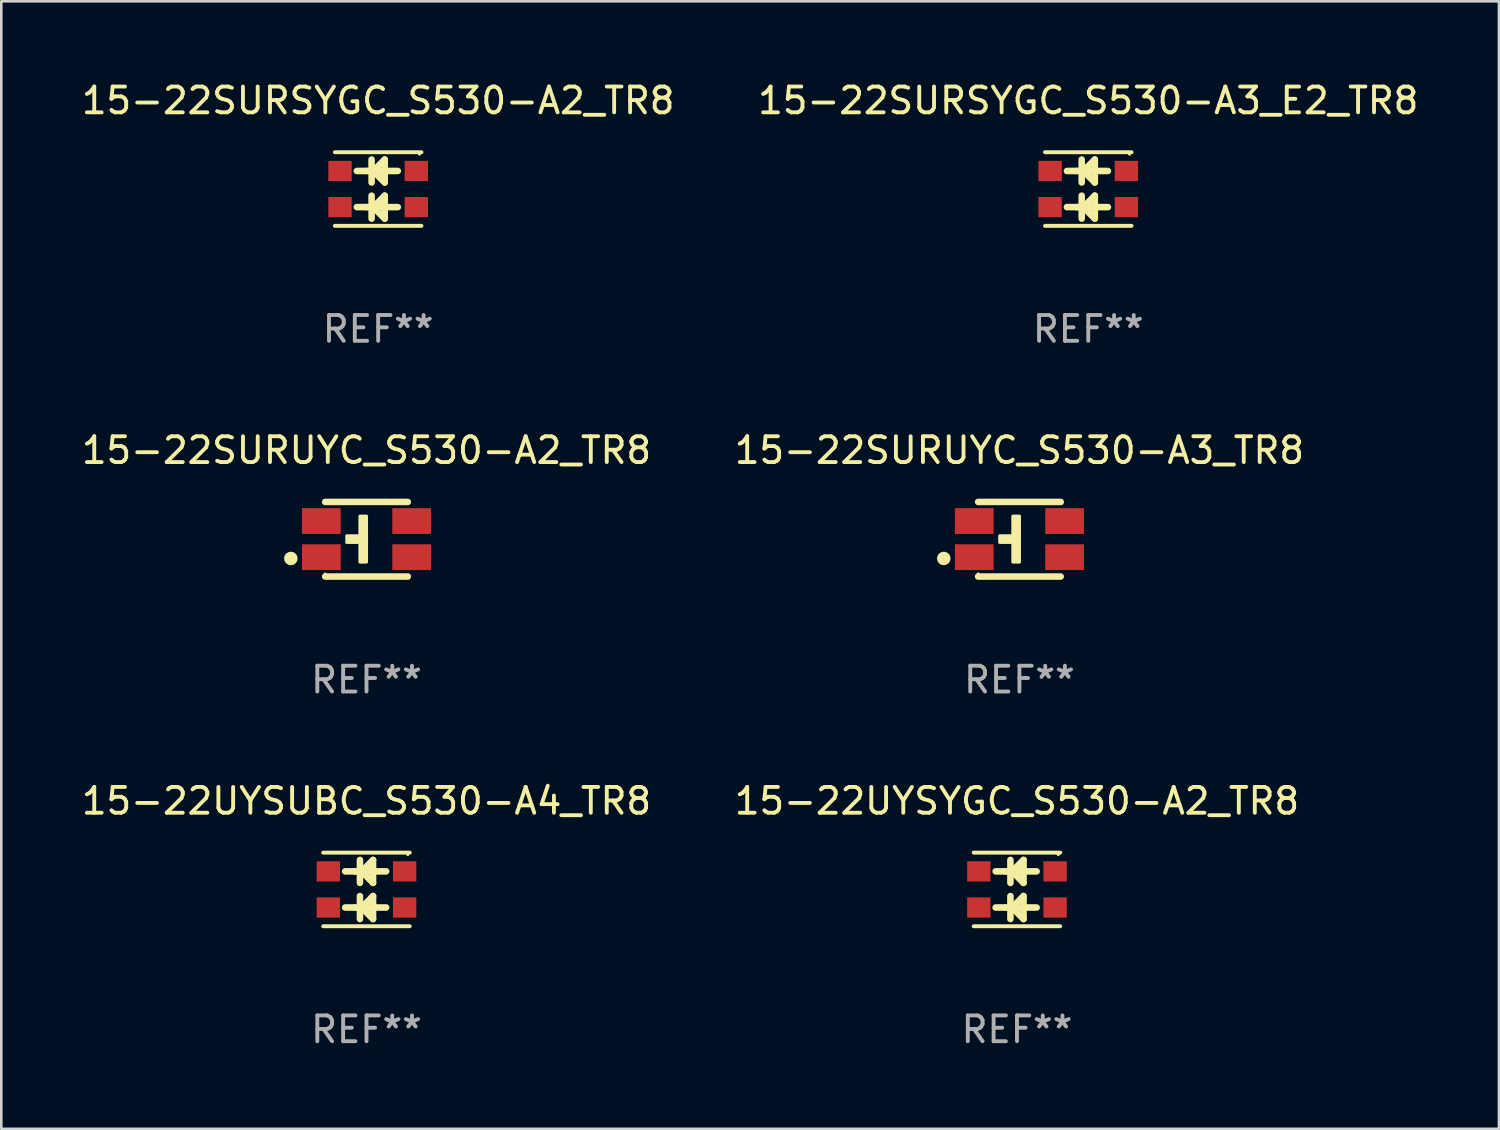
<source format=kicad_pcb>
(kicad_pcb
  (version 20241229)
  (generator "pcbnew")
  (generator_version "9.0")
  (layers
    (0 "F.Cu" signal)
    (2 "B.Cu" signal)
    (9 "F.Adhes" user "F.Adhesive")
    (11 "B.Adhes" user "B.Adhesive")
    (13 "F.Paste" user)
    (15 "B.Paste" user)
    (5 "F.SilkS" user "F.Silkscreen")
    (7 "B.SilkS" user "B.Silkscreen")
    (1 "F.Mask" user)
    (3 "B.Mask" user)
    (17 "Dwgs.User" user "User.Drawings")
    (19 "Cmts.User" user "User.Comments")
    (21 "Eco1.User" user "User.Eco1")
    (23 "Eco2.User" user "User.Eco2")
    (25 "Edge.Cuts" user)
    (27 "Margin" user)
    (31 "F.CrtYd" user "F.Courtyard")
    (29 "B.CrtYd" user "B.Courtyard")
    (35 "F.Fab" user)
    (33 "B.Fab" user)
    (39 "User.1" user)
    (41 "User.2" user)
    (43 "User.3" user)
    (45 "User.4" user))
  (footprint "15-22UYSUBC_S530-A4_TR8"
    (layer "F.Cu")
    (at 11.149 31.41)
    (property "Reference" "15-22UYSUBC_S530-A4_TR8" (at 0 -3.426 0) (layer "F.SilkS") (effects (font (size 1 1) (thickness 0.15))))
    (attr through_hole)
    (fp_line (start -1.676 -1.426) (end 1.676 -1.426) (stroke (width 0.152) (type solid)) (layer "F.SilkS"))
    (fp_line (start -1.676 1.426) (end 1.676 1.426) (stroke (width 0.152) (type solid)) (layer "F.SilkS"))
    (fp_line (start -0.445 -0.7) (end -0.826 -0.7) (stroke (width 0.254) (type solid)) (layer "F.SilkS"))
    (fp_line (start -0.445 -0.7) (end -0.189 -0.7) (stroke (width 0.254) (type solid)) (layer "F.SilkS"))
    (fp_line (start -0.445 0.7) (end -0.826 0.7) (stroke (width 0.254) (type solid)) (layer "F.SilkS"))
    (fp_line (start -0.445 0.7) (end -0.189 0.7) (stroke (width 0.254) (type solid)) (layer "F.SilkS"))
    (fp_line (start -0.254 -1.143) (end -0.254 -0.254) (stroke (width 0.254) (type solid)) (layer "F.SilkS"))
    (fp_line (start -0.254 0.257) (end -0.254 1.146) (stroke (width 0.254) (type solid)) (layer "F.SilkS"))
    (fp_line (start -0.189 -0.7) (end 0.254 -1.143) (stroke (width 0.254) (type solid)) (layer "F.SilkS"))
    (fp_line (start -0.189 0.7) (end 0.254 0.257) (stroke (width 0.254) (type solid)) (layer "F.SilkS"))
    (fp_line (start 0 -0.7) (end 0.762 -0.7) (stroke (width 0.254) (type solid)) (layer "F.SilkS"))
    (fp_line (start 0 0.7) (end 0.762 0.7) (stroke (width 0.254) (type solid)) (layer "F.SilkS"))
    (fp_line (start 0.254 -1.143) (end 0.254 -0.254) (stroke (width 0.254) (type solid)) (layer "F.SilkS"))
    (fp_line (start 0.254 -0.254) (end -0.127 -0.635) (stroke (width 0.254) (type solid)) (layer "F.SilkS"))
    (fp_line (start 0.254 0.257) (end 0.254 1.146) (stroke (width 0.254) (type solid)) (layer "F.SilkS"))
    (fp_line (start 0.254 1.146) (end -0.127 0.765) (stroke (width 0.254) (type solid)) (layer "F.SilkS"))
    (fp_circle (center 1.6 -1.35) (end 1.63 -1.35) (stroke (width 0.06) (type solid)) (fill no) (layer "F.SilkS"))
    (fp_text user "REF**" (at 0 5.426 0) (layer "F.Fab") (effects (font (size 1 1) (thickness 0.15))))
    (pad "1" smd rect (at 1.478 -0.7) (size 0.905 0.784) (layers "F.Cu" "F.Mask" "F.Paste"))
    (pad "2" smd rect (at -1.478 -0.7) (size 0.905 0.784) (layers "F.Cu" "F.Mask" "F.Paste"))
    (pad "3" smd rect (at 1.478 0.7) (size 0.905 0.784) (layers "F.Cu" "F.Mask" "F.Paste"))
    (pad "4" smd rect (at -1.478 0.7) (size 0.905 0.784) (layers "F.Cu" "F.Mask" "F.Paste")))
  (footprint "15-22SURSYGC_S530-A2_TR8"
    (layer "F.Cu")
    (at 11.601 4.274)
    (property "Reference" "15-22SURSYGC_S530-A2_TR8" (at 0 -3.426 0) (layer "F.SilkS") (effects (font (size 1 1) (thickness 0.15))))
    (attr through_hole)
    (fp_line (start -1.676 -1.426) (end 1.676 -1.426) (stroke (width 0.152) (type solid)) (layer "F.SilkS"))
    (fp_line (start -1.676 1.426) (end 1.676 1.426) (stroke (width 0.152) (type solid)) (layer "F.SilkS"))
    (fp_line (start -0.445 -0.7) (end -0.826 -0.7) (stroke (width 0.254) (type solid)) (layer "F.SilkS"))
    (fp_line (start -0.445 -0.7) (end -0.189 -0.7) (stroke (width 0.254) (type solid)) (layer "F.SilkS"))
    (fp_line (start -0.445 0.7) (end -0.826 0.7) (stroke (width 0.254) (type solid)) (layer "F.SilkS"))
    (fp_line (start -0.445 0.7) (end -0.189 0.7) (stroke (width 0.254) (type solid)) (layer "F.SilkS"))
    (fp_line (start -0.254 -1.143) (end -0.254 -0.254) (stroke (width 0.254) (type solid)) (layer "F.SilkS"))
    (fp_line (start -0.254 0.257) (end -0.254 1.146) (stroke (width 0.254) (type solid)) (layer "F.SilkS"))
    (fp_line (start -0.189 -0.7) (end 0.254 -1.143) (stroke (width 0.254) (type solid)) (layer "F.SilkS"))
    (fp_line (start -0.189 0.7) (end 0.254 0.257) (stroke (width 0.254) (type solid)) (layer "F.SilkS"))
    (fp_line (start 0 -0.7) (end 0.762 -0.7) (stroke (width 0.254) (type solid)) (layer "F.SilkS"))
    (fp_line (start 0 0.7) (end 0.762 0.7) (stroke (width 0.254) (type solid)) (layer "F.SilkS"))
    (fp_line (start 0.254 -1.143) (end 0.254 -0.254) (stroke (width 0.254) (type solid)) (layer "F.SilkS"))
    (fp_line (start 0.254 -0.254) (end -0.127 -0.635) (stroke (width 0.254) (type solid)) (layer "F.SilkS"))
    (fp_line (start 0.254 0.257) (end 0.254 1.146) (stroke (width 0.254) (type solid)) (layer "F.SilkS"))
    (fp_line (start 0.254 1.146) (end -0.127 0.765) (stroke (width 0.254) (type solid)) (layer "F.SilkS"))
    (fp_circle (center 1.6 -1.35) (end 1.63 -1.35) (stroke (width 0.06) (type solid)) (fill no) (layer "F.SilkS"))
    (fp_text user "REF**" (at 0 5.426 0) (layer "F.Fab") (effects (font (size 1 1) (thickness 0.15))))
    (pad "1" smd rect (at 1.478 -0.7) (size 0.905 0.784) (layers "F.Cu" "F.Mask" "F.Paste"))
    (pad "2" smd rect (at -1.478 -0.7) (size 0.905 0.784) (layers "F.Cu" "F.Mask" "F.Paste"))
    (pad "3" smd rect (at 1.478 0.7) (size 0.905 0.784) (layers "F.Cu" "F.Mask" "F.Paste"))
    (pad "4" smd rect (at -1.478 0.7) (size 0.905 0.784) (layers "F.Cu" "F.Mask" "F.Paste")))
  (footprint "15-22SURSYGC_S530-A3_E2_TR8"
    (layer "F.Cu")
    (at 39.113 4.274)
    (property "Reference" "15-22SURSYGC_S530-A3_E2_TR8" (at 0 -3.426 0) (layer "F.SilkS") (effects (font (size 1 1) (thickness 0.15))))
    (attr through_hole)
    (fp_line (start -1.676 -1.426) (end 1.676 -1.426) (stroke (width 0.152) (type solid)) (layer "F.SilkS"))
    (fp_line (start -1.676 1.426) (end 1.676 1.426) (stroke (width 0.152) (type solid)) (layer "F.SilkS"))
    (fp_line (start -0.445 -0.7) (end -0.826 -0.7) (stroke (width 0.254) (type solid)) (layer "F.SilkS"))
    (fp_line (start -0.445 -0.7) (end -0.189 -0.7) (stroke (width 0.254) (type solid)) (layer "F.SilkS"))
    (fp_line (start -0.445 0.7) (end -0.826 0.7) (stroke (width 0.254) (type solid)) (layer "F.SilkS"))
    (fp_line (start -0.445 0.7) (end -0.189 0.7) (stroke (width 0.254) (type solid)) (layer "F.SilkS"))
    (fp_line (start -0.254 -1.143) (end -0.254 -0.254) (stroke (width 0.254) (type solid)) (layer "F.SilkS"))
    (fp_line (start -0.254 0.257) (end -0.254 1.146) (stroke (width 0.254) (type solid)) (layer "F.SilkS"))
    (fp_line (start -0.189 -0.7) (end 0.254 -1.143) (stroke (width 0.254) (type solid)) (layer "F.SilkS"))
    (fp_line (start -0.189 0.7) (end 0.254 0.257) (stroke (width 0.254) (type solid)) (layer "F.SilkS"))
    (fp_line (start 0 -0.7) (end 0.762 -0.7) (stroke (width 0.254) (type solid)) (layer "F.SilkS"))
    (fp_line (start 0 0.7) (end 0.762 0.7) (stroke (width 0.254) (type solid)) (layer "F.SilkS"))
    (fp_line (start 0.254 -1.143) (end 0.254 -0.254) (stroke (width 0.254) (type solid)) (layer "F.SilkS"))
    (fp_line (start 0.254 -0.254) (end -0.127 -0.635) (stroke (width 0.254) (type solid)) (layer "F.SilkS"))
    (fp_line (start 0.254 0.257) (end 0.254 1.146) (stroke (width 0.254) (type solid)) (layer "F.SilkS"))
    (fp_line (start 0.254 1.146) (end -0.127 0.765) (stroke (width 0.254) (type solid)) (layer "F.SilkS"))
    (fp_circle (center 1.6 -1.35) (end 1.63 -1.35) (stroke (width 0.06) (type solid)) (fill no) (layer "F.SilkS"))
    (fp_text user "REF**" (at 0 5.426 0) (layer "F.Fab") (effects (font (size 1 1) (thickness 0.15))))
    (pad "1" smd rect (at 1.478 -0.7) (size 0.905 0.784) (layers "F.Cu" "F.Mask" "F.Paste"))
    (pad "2" smd rect (at -1.478 -0.7) (size 0.905 0.784) (layers "F.Cu" "F.Mask" "F.Paste"))
    (pad "3" smd rect (at 1.478 0.7) (size 0.905 0.784) (layers "F.Cu" "F.Mask" "F.Paste"))
    (pad "4" smd rect (at -1.478 0.7) (size 0.905 0.784) (layers "F.Cu" "F.Mask" "F.Paste")))
  (footprint "15-22UYSYGC_S530-A2_TR8"
    (layer "F.Cu")
    (at 36.351 31.41)
    (property "Reference" "15-22UYSYGC_S530-A2_TR8" (at 0 -3.426 0) (layer "F.SilkS") (effects (font (size 1 1) (thickness 0.15))))
    (attr through_hole)
    (fp_line (start -1.676 -1.426) (end 1.676 -1.426) (stroke (width 0.152) (type solid)) (layer "F.SilkS"))
    (fp_line (start -1.676 1.426) (end 1.676 1.426) (stroke (width 0.152) (type solid)) (layer "F.SilkS"))
    (fp_line (start -0.445 -0.7) (end -0.826 -0.7) (stroke (width 0.254) (type solid)) (layer "F.SilkS"))
    (fp_line (start -0.445 -0.7) (end -0.189 -0.7) (stroke (width 0.254) (type solid)) (layer "F.SilkS"))
    (fp_line (start -0.445 0.7) (end -0.826 0.7) (stroke (width 0.254) (type solid)) (layer "F.SilkS"))
    (fp_line (start -0.445 0.7) (end -0.189 0.7) (stroke (width 0.254) (type solid)) (layer "F.SilkS"))
    (fp_line (start -0.254 -1.143) (end -0.254 -0.254) (stroke (width 0.254) (type solid)) (layer "F.SilkS"))
    (fp_line (start -0.254 0.257) (end -0.254 1.146) (stroke (width 0.254) (type solid)) (layer "F.SilkS"))
    (fp_line (start -0.189 -0.7) (end 0.254 -1.143) (stroke (width 0.254) (type solid)) (layer "F.SilkS"))
    (fp_line (start -0.189 0.7) (end 0.254 0.257) (stroke (width 0.254) (type solid)) (layer "F.SilkS"))
    (fp_line (start 0 -0.7) (end 0.762 -0.7) (stroke (width 0.254) (type solid)) (layer "F.SilkS"))
    (fp_line (start 0 0.7) (end 0.762 0.7) (stroke (width 0.254) (type solid)) (layer "F.SilkS"))
    (fp_line (start 0.254 -1.143) (end 0.254 -0.254) (stroke (width 0.254) (type solid)) (layer "F.SilkS"))
    (fp_line (start 0.254 -0.254) (end -0.127 -0.635) (stroke (width 0.254) (type solid)) (layer "F.SilkS"))
    (fp_line (start 0.254 0.257) (end 0.254 1.146) (stroke (width 0.254) (type solid)) (layer "F.SilkS"))
    (fp_line (start 0.254 1.146) (end -0.127 0.765) (stroke (width 0.254) (type solid)) (layer "F.SilkS"))
    (fp_circle (center 1.6 -1.35) (end 1.63 -1.35) (stroke (width 0.06) (type solid)) (fill no) (layer "F.SilkS"))
    (fp_text user "REF**" (at 0 5.426 0) (layer "F.Fab") (effects (font (size 1 1) (thickness 0.15))))
    (pad "1" smd rect (at 1.478 -0.7) (size 0.905 0.784) (layers "F.Cu" "F.Mask" "F.Paste"))
    (pad "2" smd rect (at -1.478 -0.7) (size 0.905 0.784) (layers "F.Cu" "F.Mask" "F.Paste"))
    (pad "3" smd rect (at 1.478 0.7) (size 0.905 0.784) (layers "F.Cu" "F.Mask" "F.Paste"))
    (pad "4" smd rect (at -1.478 0.7) (size 0.905 0.784) (layers "F.Cu" "F.Mask" "F.Paste")))
  (footprint "15-22SURUYC_S530-A3_TR8"
    (layer "F.Cu")
    (at 36.446 17.842)
    (property "Reference" "15-22SURUYC_S530-A3_TR8" (at 0 -3.445 0) (layer "F.SilkS") (effects (font (size 1 1) (thickness 0.15))))
    (attr through_hole)
    (fp_line (start -1.6 -1.445) (end 1.6 -1.445) (stroke (width 0.254) (type solid)) (layer "F.SilkS"))
    (fp_line (start 1.6 1.445) (end -1.6 1.445) (stroke (width 0.254) (type solid)) (layer "F.SilkS"))
    (fp_circle (center -2.93 0.745) (end -2.794 0.745) (stroke (width 0.254) (type solid)) (fill no) (layer "F.SilkS"))
    (fp_circle (center -1.6 1.345) (end -1.57 1.345) (stroke (width 0.06) (type solid)) (fill no) (layer "F.SilkS"))
    (fp_poly (pts (xy -0.762 -0.132) (xy 0 -0.132) (xy 0 0.122) (xy -0.762 0.122)) (stroke (width 0.12) (type solid)) (fill yes) (layer "F.SilkS"))
    (fp_poly (pts (xy -0.254 -0.894) (xy 0 -0.894) (xy 0 0.884) (xy -0.254 0.884)) (stroke (width 0.12) (type solid)) (fill yes) (layer "F.SilkS"))
    (fp_text user "REF**" (at 0 5.445 0) (layer "F.Fab") (effects (font (size 1 1) (thickness 0.15))))
    (pad "1" smd rect (at -1.75 0.695 90) (size 1 1.5) (layers "F.Cu" "F.Mask" "F.Paste"))
    (pad "2" smd rect (at -1.75 -0.705 90) (size 1 1.5) (layers "F.Cu" "F.Mask" "F.Paste"))
    (pad "3" smd rect (at 1.75 -0.705 90) (size 1 1.5) (layers "F.Cu" "F.Mask" "F.Paste"))
    (pad "4" smd rect (at 1.75 0.695 90) (size 1 1.5) (layers "F.Cu" "F.Mask" "F.Paste")))
  (footprint "15-22SURUYC_S530-A2_TR8"
    (layer "F.Cu")
    (at 11.149 17.842)
    (property "Reference" "15-22SURUYC_S530-A2_TR8" (at 0 -3.445 0) (layer "F.SilkS") (effects (font (size 1 1) (thickness 0.15))))
    (attr through_hole)
    (fp_line (start -1.6 -1.445) (end 1.6 -1.445) (stroke (width 0.254) (type solid)) (layer "F.SilkS"))
    (fp_line (start 1.6 1.445) (end -1.6 1.445) (stroke (width 0.254) (type solid)) (layer "F.SilkS"))
    (fp_circle (center -2.93 0.745) (end -2.794 0.745) (stroke (width 0.254) (type solid)) (fill no) (layer "F.SilkS"))
    (fp_circle (center -1.6 1.345) (end -1.57 1.345) (stroke (width 0.06) (type solid)) (fill no) (layer "F.SilkS"))
    (fp_poly (pts (xy -0.762 -0.132) (xy 0 -0.132) (xy 0 0.122) (xy -0.762 0.122)) (stroke (width 0.12) (type solid)) (fill yes) (layer "F.SilkS"))
    (fp_poly (pts (xy -0.254 -0.894) (xy 0 -0.894) (xy 0 0.884) (xy -0.254 0.884)) (stroke (width 0.12) (type solid)) (fill yes) (layer "F.SilkS"))
    (fp_text user "REF**" (at 0 5.445 0) (layer "F.Fab") (effects (font (size 1 1) (thickness 0.15))))
    (pad "1" smd rect (at -1.75 0.695 90) (size 1 1.5) (layers "F.Cu" "F.Mask" "F.Paste"))
    (pad "2" smd rect (at -1.75 -0.705 90) (size 1 1.5) (layers "F.Cu" "F.Mask" "F.Paste"))
    (pad "3" smd rect (at 1.75 -0.705 90) (size 1 1.5) (layers "F.Cu" "F.Mask" "F.Paste"))
    (pad "4" smd rect (at 1.75 0.695 90) (size 1 1.5) (layers "F.Cu" "F.Mask" "F.Paste")))
  (gr_rect
    (start -3 -3)
    (end 55.024 40.684)
    (stroke (width 0.1) (type default))
    (fill no)
    (layer "Edge.Cuts")))
</source>
